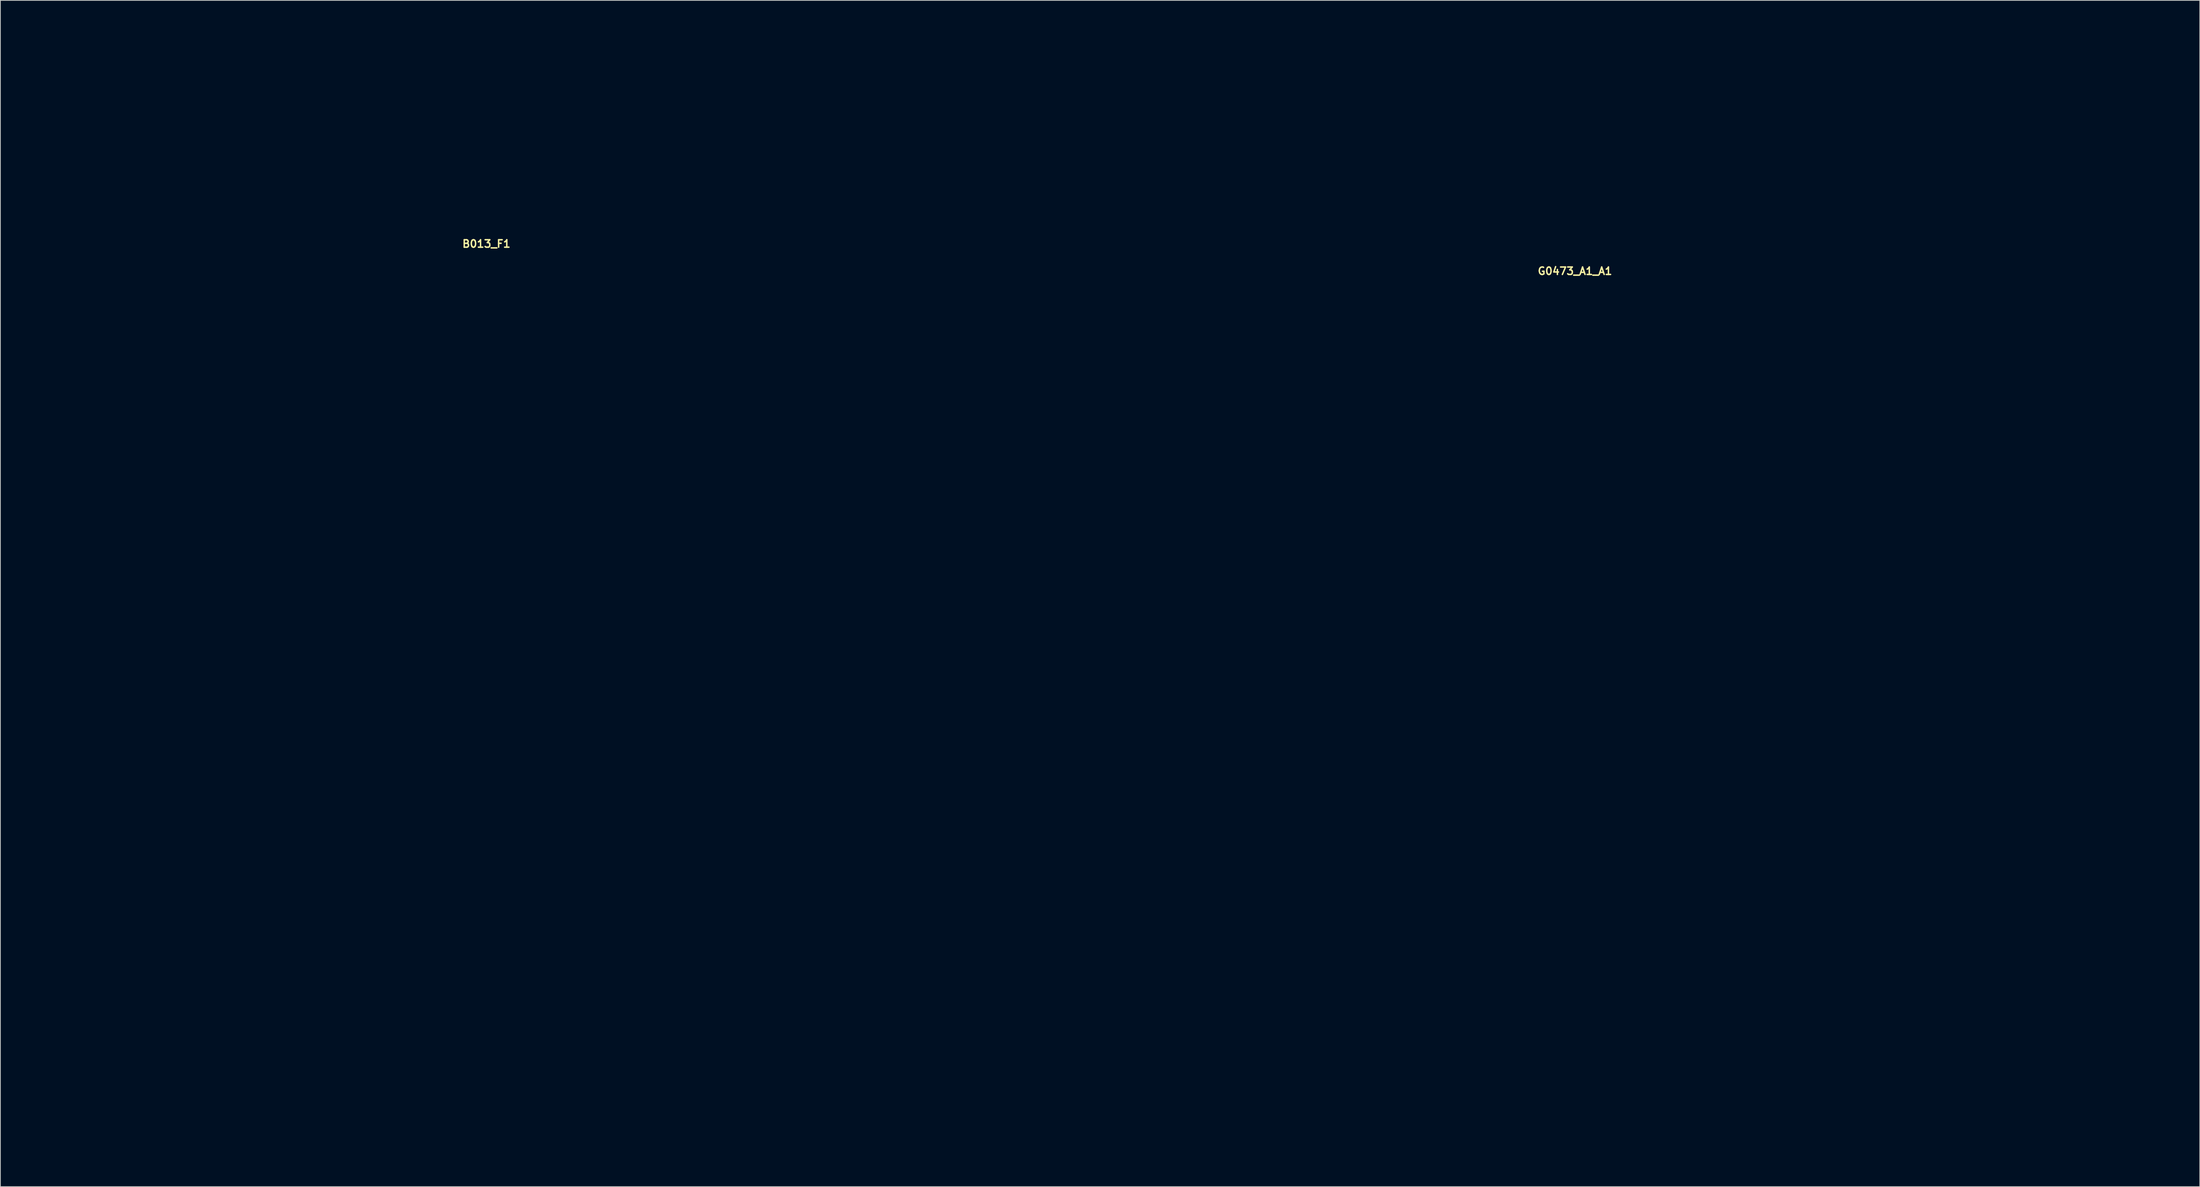
<source format=kicad_pcb>
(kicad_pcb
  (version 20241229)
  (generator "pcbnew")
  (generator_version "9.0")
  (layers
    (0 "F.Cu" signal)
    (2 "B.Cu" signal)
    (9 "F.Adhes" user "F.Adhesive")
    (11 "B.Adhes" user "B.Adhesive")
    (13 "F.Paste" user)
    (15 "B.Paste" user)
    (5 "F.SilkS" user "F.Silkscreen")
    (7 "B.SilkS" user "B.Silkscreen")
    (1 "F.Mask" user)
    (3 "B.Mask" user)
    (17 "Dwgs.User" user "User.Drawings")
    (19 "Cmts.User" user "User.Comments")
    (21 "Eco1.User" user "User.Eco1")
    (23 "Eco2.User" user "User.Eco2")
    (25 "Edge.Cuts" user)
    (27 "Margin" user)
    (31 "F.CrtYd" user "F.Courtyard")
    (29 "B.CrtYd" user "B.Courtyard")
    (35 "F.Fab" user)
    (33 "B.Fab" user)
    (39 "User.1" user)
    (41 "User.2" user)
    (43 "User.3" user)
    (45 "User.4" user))
  (footprint "B013_F1"
    (layer "F.Cu")
    (at 62.3 87.75)
    (property "Reference" "B013_F1" (at 0 -58.039 0) (layer "F.SilkS") (effects (font (size 1 1) (thickness 0.2))))
    (attr through_hole)
    (fp_line (start -62.1 -57.25) (end -62.1 57.25) (stroke (width 0.4) (type solid)) (layer "Eco1.User"))
    (fp_line (start -62.1 -57.25) (end -31.8 -57.25) (stroke (width 0.4) (type solid)) (layer "Eco1.User"))
    (fp_line (start -62.1 57.25) (end -31.8 57.25) (stroke (width 0.4) (type solid)) (layer "Eco1.User"))
    (fp_line (start -58.1 -57.25) (end -58.1 57.25) (stroke (width 0.4) (type solid)) (layer "Eco1.User"))
    (fp_line (start -31.8 -87.55) (end -31.8 -57.25) (stroke (width 0.4) (type solid)) (layer "Eco1.User"))
    (fp_line (start -31.8 -87.55) (end 31.8 -87.55) (stroke (width 0.4) (type solid)) (layer "Eco1.User"))
    (fp_line (start -31.8 -83.55) (end 31.8 -83.55) (stroke (width 0.4) (type solid)) (layer "Eco1.User"))
    (fp_line (start -31.8 -57.25) (end -31.8 57.25) (stroke (width 0.4) (type solid)) (layer "Eco1.User"))
    (fp_line (start -31.8 -57.25) (end 31.8 -57.25) (stroke (width 0.4) (type solid)) (layer "Eco1.User"))
    (fp_line (start -31.8 57.25) (end 31.8 57.25) (stroke (width 0.4) (type solid)) (layer "Eco1.User"))
    (fp_line (start -30.45 -55.75) (end -30.45 55.75) (stroke (width 0.4) (type solid)) (layer "Eco1.User"))
    (fp_line (start -30.45 -55.75) (end 30.45 -55.75) (stroke (width 0.4) (type solid)) (layer "Eco1.User"))
    (fp_line (start -30.45 -49) (end -27.1 -49) (stroke (width 0.4) (type solid)) (layer "Eco1.User"))
    (fp_line (start -30.45 49) (end -27.1 49) (stroke (width 0.4) (type solid)) (layer "Eco1.User"))
    (fp_line (start -30.45 55.75) (end 30.45 55.75) (stroke (width 0.4) (type solid)) (layer "Eco1.User"))
    (fp_line (start -23.85 -55.75) (end -23.85 -52.25) (stroke (width 0.4) (type solid)) (layer "Eco1.User"))
    (fp_line (start -23.85 52.25) (end -23.85 55.75) (stroke (width 0.4) (type solid)) (layer "Eco1.User"))
    (fp_line (start 23.85 -55.75) (end 23.85 -52.25) (stroke (width 0.4) (type solid)) (layer "Eco1.User"))
    (fp_line (start 23.85 52.25) (end 23.85 55.75) (stroke (width 0.4) (type solid)) (layer "Eco1.User"))
    (fp_line (start 27.1 -49) (end 30.45 -49) (stroke (width 0.4) (type solid)) (layer "Eco1.User"))
    (fp_line (start 27.1 49) (end 30.45 49) (stroke (width 0.4) (type solid)) (layer "Eco1.User"))
    (fp_line (start 30.45 -55.75) (end 30.45 55.75) (stroke (width 0.4) (type solid)) (layer "Eco1.User"))
    (fp_line (start 31.8 -87.55) (end 31.8 -57.25) (stroke (width 0.4) (type solid)) (layer "Eco1.User"))
    (fp_line (start 31.8 -57.25) (end 31.8 57.25) (stroke (width 0.4) (type solid)) (layer "Eco1.User"))
    (fp_line (start 31.8 -57.25) (end 62.1 -57.25) (stroke (width 0.4) (type solid)) (layer "Eco1.User"))
    (fp_line (start 31.8 57.25) (end 62.1 57.25) (stroke (width 0.4) (type solid)) (layer "Eco1.User"))
    (fp_line (start 58.1 -57.25) (end 58.1 57.25) (stroke (width 0.4) (type solid)) (layer "Eco1.User"))
    (fp_line (start 62.1 -57.25) (end 62.1 57.25) (stroke (width 0.4) (type solid)) (layer "Eco1.User"))
    (fp_arc (start -27.1 49) (mid -24.801903 49.951903) (end -23.85 52.25) (stroke (width 0.4) (type solid)) (layer "Eco1.User"))
    (fp_arc (start -23.85 -52.25) (mid -24.801903 -49.951903) (end -27.1 -49) (stroke (width 0.4) (type solid)) (layer "Eco1.User"))
    (fp_arc (start 23.85 52.25) (mid 24.801903 49.951903) (end 27.1 49) (stroke (width 0.4) (type solid)) (layer "Eco1.User"))
    (fp_arc (start 27.1 -49) (mid 24.801903 -49.951903) (end 23.85 -52.25) (stroke (width 0.4) (type solid)) (layer "Eco1.User"))
    (fp_circle (center -43.15 26.67) (end -37.15 26.67) (stroke (width 0.4) (type solid)) (fill no) (layer "Eco1.User"))
    (fp_circle (center -27.1 -52.25) (end -25.6 -52.25) (stroke (width 0.4) (type solid)) (fill no) (layer "Eco1.User"))
    (fp_circle (center -27.1 52.25) (end -25.6 52.25) (stroke (width 0.4) (type solid)) (fill no) (layer "Eco1.User"))
    (fp_circle (center 0 -70.1) (end 5.5 -70.1) (stroke (width 0.4) (type solid)) (fill no) (layer "Eco1.User"))
    (fp_circle (center 27.1 -52.25) (end 28.6 -52.25) (stroke (width 0.4) (type solid)) (fill no) (layer "Eco1.User"))
    (fp_circle (center 27.1 52.25) (end 28.6 52.25) (stroke (width 0.4) (type solid)) (fill no) (layer "Eco1.User"))
    (fp_circle (center 43.15 26.67) (end 49.15 26.67) (stroke (width 0.4) (type solid)) (fill no) (layer "Eco1.User")))
  (footprint "G0473_A1_A1"
    (layer "F.Cu")
    (at 208.55 93.7)
    (property "Reference" "G0473_A1_A1" (at 0 -60.325 0) (layer "F.SilkS") (effects (font (size 1 1) (thickness 0.2))))
    (attr through_hole)
    (fp_line (start -80.75 -59.5) (end -80.75 59.5) (stroke (width 0.4) (type solid)) (layer "Eco1.User"))
    (fp_line (start -80.75 -59.5) (end -46.75 -59.5) (stroke (width 0.4) (type solid)) (layer "Eco1.User"))
    (fp_line (start -80.75 59.5) (end -46.75 59.5) (stroke (width 0.4) (type solid)) (layer "Eco1.User"))
    (fp_line (start -76.75 -59.5) (end -76.75 59.5) (stroke (width 0.4) (type solid)) (layer "Eco1.User"))
    (fp_line (start -46.75 -93.5) (end -46.75 -59.5) (stroke (width 0.4) (type solid)) (layer "Eco1.User"))
    (fp_line (start -46.75 -93.5) (end 46.75 -93.5) (stroke (width 0.4) (type solid)) (layer "Eco1.User"))
    (fp_line (start -46.75 -89.5) (end 46.75 -89.5) (stroke (width 0.4) (type solid)) (layer "Eco1.User"))
    (fp_line (start -46.75 -59.5) (end -46.75 59.5) (stroke (width 0.4) (type solid)) (layer "Eco1.User"))
    (fp_line (start -46.75 -59.5) (end 46.75 -59.5) (stroke (width 0.4) (type solid)) (layer "Eco1.User"))
    (fp_line (start -46.75 59.5) (end 46.75 59.5) (stroke (width 0.4) (type solid)) (layer "Eco1.User"))
    (fp_line (start -44.35 -57.1) (end -44.35 57.1) (stroke (width 0.4) (type solid)) (layer "Eco1.User"))
    (fp_line (start -44.35 -57.1) (end 44.35 -57.1) (stroke (width 0.4) (type solid)) (layer "Eco1.User"))
    (fp_line (start -44.35 -52.25) (end -42.1 -52.25) (stroke (width 0.4) (type solid)) (layer "Eco1.User"))
    (fp_line (start -44.35 52.25) (end -42.1 52.25) (stroke (width 0.4) (type solid)) (layer "Eco1.User"))
    (fp_line (start -44.35 57.1) (end 44.35 57.1) (stroke (width 0.4) (type solid)) (layer "Eco1.User"))
    (fp_line (start -39.6 -57.1) (end -39.6 -54.75) (stroke (width 0.4) (type solid)) (layer "Eco1.User"))
    (fp_line (start -39.6 54.75) (end -39.6 57.1) (stroke (width 0.4) (type solid)) (layer "Eco1.User"))
    (fp_line (start 39.6 -57.1) (end 39.6 -54.75) (stroke (width 0.4) (type solid)) (layer "Eco1.User"))
    (fp_line (start 39.6 54.75) (end 39.6 57.1) (stroke (width 0.4) (type solid)) (layer "Eco1.User"))
    (fp_line (start 42.1 -52.25) (end 44.35 -52.25) (stroke (width 0.4) (type solid)) (layer "Eco1.User"))
    (fp_line (start 42.1 52.25) (end 44.35 52.25) (stroke (width 0.4) (type solid)) (layer "Eco1.User"))
    (fp_line (start 44.35 -57.1) (end 44.35 57.1) (stroke (width 0.4) (type solid)) (layer "Eco1.User"))
    (fp_line (start 46.75 -93.5) (end 46.75 -59.5) (stroke (width 0.4) (type solid)) (layer "Eco1.User"))
    (fp_line (start 46.75 -59.5) (end 46.75 59.5) (stroke (width 0.4) (type solid)) (layer "Eco1.User"))
    (fp_line (start 46.75 -59.5) (end 80.75 -59.5) (stroke (width 0.4) (type solid)) (layer "Eco1.User"))
    (fp_line (start 46.75 59.5) (end 80.75 59.5) (stroke (width 0.4) (type solid)) (layer "Eco1.User"))
    (fp_line (start 76.75 -59.5) (end 76.75 59.5) (stroke (width 0.4) (type solid)) (layer "Eco1.User"))
    (fp_line (start 80.75 -59.5) (end 80.75 59.5) (stroke (width 0.4) (type solid)) (layer "Eco1.User"))
    (fp_arc (start -42.1 52.25) (mid -40.332233 52.982233) (end -39.6 54.75) (stroke (width 0.4) (type solid)) (layer "Eco1.User"))
    (fp_arc (start -39.6 -54.75) (mid -40.332233 -52.982233) (end -42.1 -52.25) (stroke (width 0.4) (type solid)) (layer "Eco1.User"))
    (fp_arc (start 39.6 54.75) (mid 40.332233 52.982233) (end 42.1 52.25) (stroke (width 0.4) (type solid)) (layer "Eco1.User"))
    (fp_arc (start 42.1 -52.25) (mid 40.332233 -52.982233) (end 39.6 -54.75) (stroke (width 0.4) (type solid)) (layer "Eco1.User"))
    (fp_circle (center -59.95 24.13) (end -54.25 24.13) (stroke (width 0.4) (type solid)) (fill no) (layer "Eco1.User"))
    (fp_circle (center -42.1 -54.75) (end -40.6 -54.75) (stroke (width 0.4) (type solid)) (fill no) (layer "Eco1.User"))
    (fp_circle (center -42.1 54.75) (end -40.6 54.75) (stroke (width 0.4) (type solid)) (fill no) (layer "Eco1.User"))
    (fp_circle (center -29.21 -26.51) (end -25.51 -26.51) (stroke (width 0.4) (type solid)) (fill no) (layer "Eco1.User"))
    (fp_circle (center -29.21 -19.01) (end -28.11 -19.01) (stroke (width 0.4) (type solid)) (fill no) (layer "Eco1.User"))
    (fp_circle (center -26.67 0) (end -20.17 0) (stroke (width 0.4) (type solid)) (fill no) (layer "Eco1.User"))
    (fp_circle (center 0 -72.3) (end 5.5 -72.3) (stroke (width 0.4) (type solid)) (fill no) (layer "Eco1.User"))
    (fp_circle (center 0 5.08) (end 2.65 5.08) (stroke (width 0.4) (type solid)) (fill no) (layer "Eco1.User"))
    (fp_circle (center 0 24.13) (end 6.5 24.13) (stroke (width 0.4) (type solid)) (fill no) (layer "Eco1.User"))
    (fp_circle (center 26.67 0) (end 33.17 0) (stroke (width 0.4) (type solid)) (fill no) (layer "Eco1.User"))
    (fp_circle (center 29.21 -26.51) (end 32.91 -26.51) (stroke (width 0.4) (type solid)) (fill no) (layer "Eco1.User"))
    (fp_circle (center 29.21 -19.01) (end 30.31 -19.01) (stroke (width 0.4) (type solid)) (fill no) (layer "Eco1.User"))
    (fp_circle (center 42.1 -54.75) (end 43.6 -54.75) (stroke (width 0.4) (type solid)) (fill no) (layer "Eco1.User"))
    (fp_circle (center 42.1 54.75) (end 43.6 54.75) (stroke (width 0.4) (type solid)) (fill no) (layer "Eco1.User"))
    (fp_circle (center 59.95 24.13) (end 65.65 24.13) (stroke (width 0.4) (type solid)) (fill no) (layer "Eco1.User")))
  (gr_rect
    (start -3 -3)
    (end 292.5 156.4)
    (stroke (width 0.1) (type default))
    (fill no)
    (layer "Edge.Cuts")))
</source>
